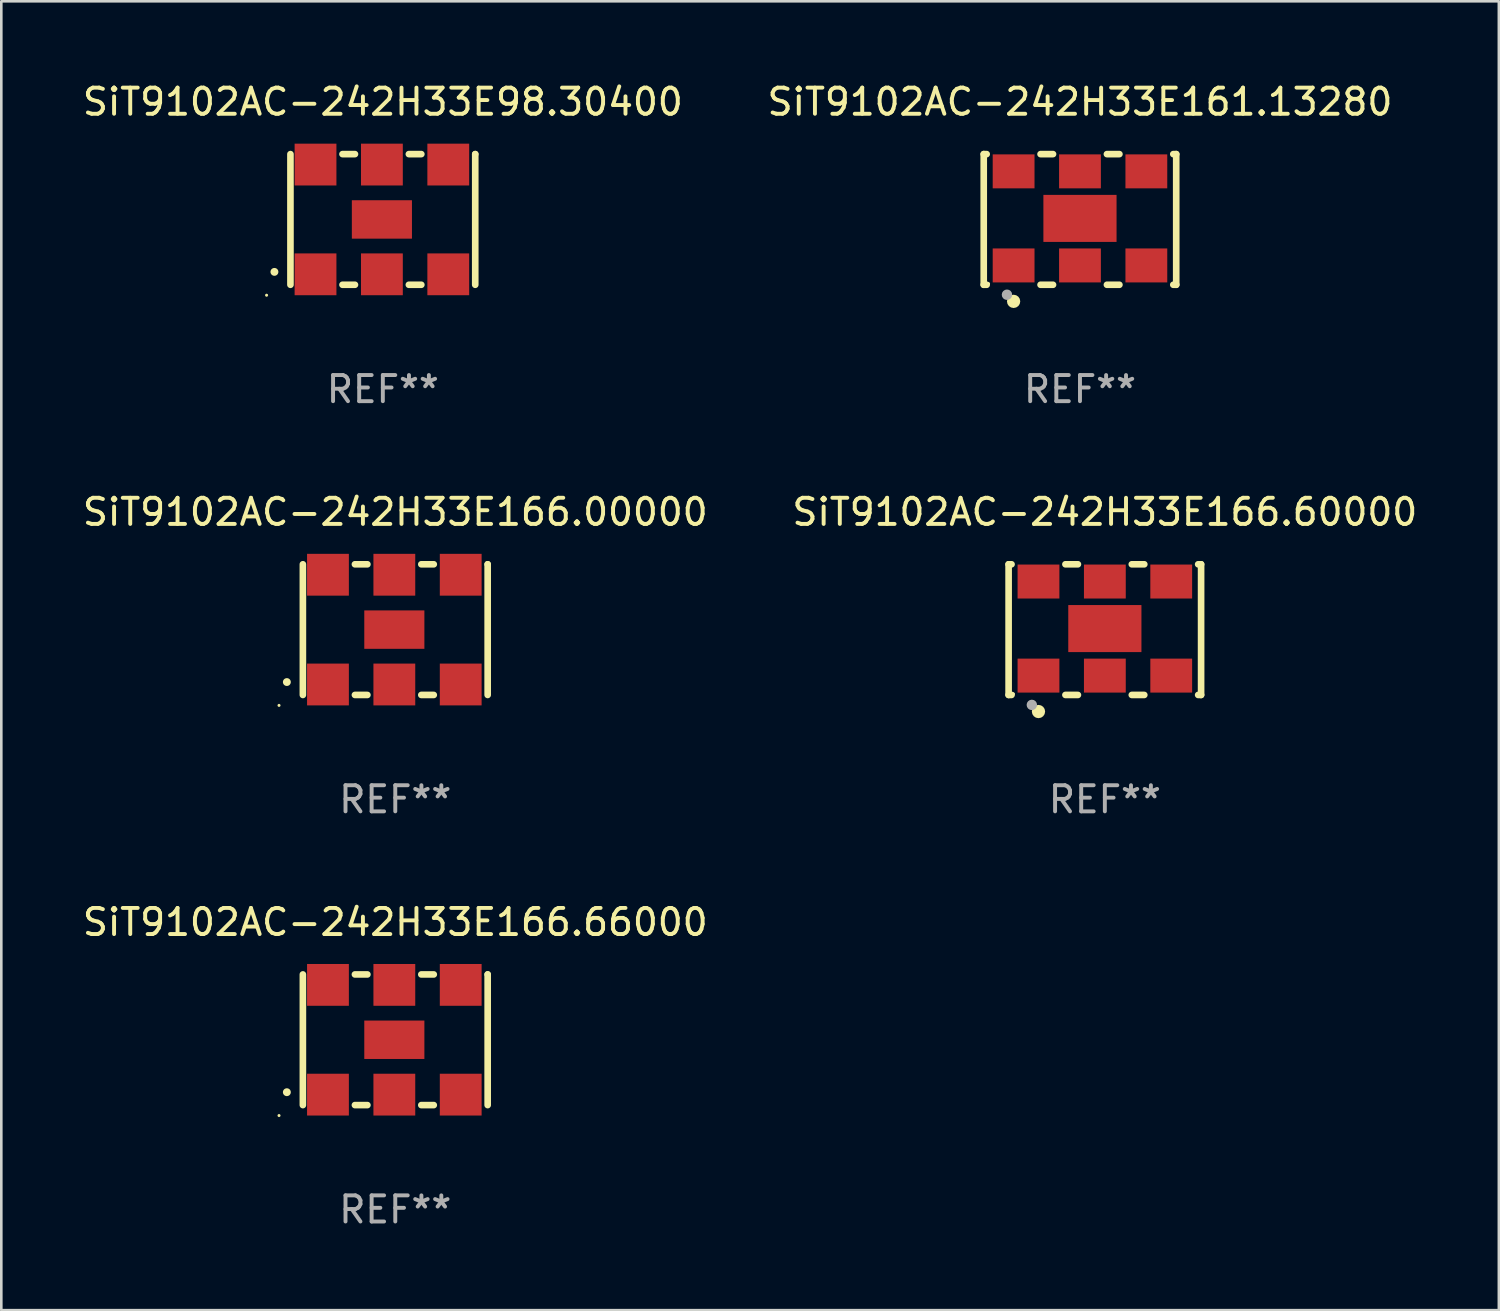
<source format=kicad_pcb>
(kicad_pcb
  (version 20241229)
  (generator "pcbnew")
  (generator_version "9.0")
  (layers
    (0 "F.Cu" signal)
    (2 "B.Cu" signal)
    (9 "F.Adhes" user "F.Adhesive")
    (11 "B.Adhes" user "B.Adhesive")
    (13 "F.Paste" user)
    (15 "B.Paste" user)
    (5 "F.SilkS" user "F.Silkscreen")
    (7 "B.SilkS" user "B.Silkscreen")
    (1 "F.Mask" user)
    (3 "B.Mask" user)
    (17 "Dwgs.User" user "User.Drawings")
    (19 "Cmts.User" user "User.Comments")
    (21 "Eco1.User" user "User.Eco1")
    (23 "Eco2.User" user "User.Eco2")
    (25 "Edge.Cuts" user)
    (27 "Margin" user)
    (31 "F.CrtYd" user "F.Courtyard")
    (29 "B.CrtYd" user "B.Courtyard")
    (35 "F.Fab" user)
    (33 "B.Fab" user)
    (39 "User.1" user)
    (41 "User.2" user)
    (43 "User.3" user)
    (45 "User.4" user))
  (footprint "SiT9102AC-242H33E98.30400"
    (layer "F.Cu")
    (at 11.601 5.348)
    (property "Reference" "SiT9102AC-242H33E98.30400" (at 0 -4.5 0) (layer "F.SilkS") (effects (font (size 1 1) (thickness 0.15))))
    (attr through_hole)
    (fp_line (start -3.536 -2.5) (end -3.536 2.5) (stroke (width 0.254) (type solid)) (layer "F.SilkS"))
    (fp_line (start -1.544 2.5) (end -1.067 2.5) (stroke (width 0.254) (type solid)) (layer "F.SilkS"))
    (fp_line (start -1.067 -2.5) (end -1.544 -2.5) (stroke (width 0.254) (type solid)) (layer "F.SilkS"))
    (fp_line (start 0.996 2.5) (end 1.473 2.5) (stroke (width 0.254) (type solid)) (layer "F.SilkS"))
    (fp_line (start 1.473 -2.5) (end 0.996 -2.5) (stroke (width 0.254) (type solid)) (layer "F.SilkS"))
    (fp_line (start 3.536 -2.5) (end 3.536 -2.5) (stroke (width 0.254) (type solid)) (layer "F.SilkS"))
    (fp_line (start 3.536 2.5) (end 3.536 -2.5) (stroke (width 0.254) (type solid)) (layer "F.SilkS"))
    (fp_arc (start -4.150432 2.006604) (mid -4.149162 2.006599) (end -4.147892 2.006604) (stroke (width 0.3) (type solid)) (layer "F.SilkS"))
    (fp_circle (center -4.449 2.9) (end -4.419 2.9) (stroke (width 0.06) (type solid)) (fill no) (layer "F.SilkS"))
    (fp_text user "REF**" (at 0 6.5 0) (layer "F.Fab") (effects (font (size 1 1) (thickness 0.15))))
    (pad "1" smd rect (at -2.576 2.1) (size 1.6 1.6) (layers "F.Cu" "F.Mask" "F.Paste"))
    (pad "2" smd rect (at -0.036 2.1) (size 1.6 1.6) (layers "F.Cu" "F.Mask" "F.Paste"))
    (pad "3" smd rect (at 2.504 2.1) (size 1.6 1.6) (layers "F.Cu" "F.Mask" "F.Paste"))
    (pad "4" smd rect (at 2.504 -2.1) (size 1.6 1.6) (layers "F.Cu" "F.Mask" "F.Paste"))
    (pad "5" smd rect (at -0.036 -2.1) (size 1.6 1.6) (layers "F.Cu" "F.Mask" "F.Paste"))
    (pad "6" smd rect (at -2.576 -2.1) (size 1.6 1.6) (layers "F.Cu" "F.Mask" "F.Paste"))
    (pad "7" smd rect (at -0.036 0) (size 2.3 1.47) (layers "F.Cu" "F.Mask" "F.Paste")))
  (footprint "SiT9102AC-242H33E161.13280"
    (layer "F.Cu")
    (at 38.28 5.348)
    (property "Reference" "SiT9102AC-242H33E161.13280" (at 0 -4.5 0) (layer "F.SilkS") (effects (font (size 1 1) (thickness 0.15))))
    (attr through_hole)
    (fp_line (start -3.683 -2.5) (end -3.571 -2.5) (stroke (width 0.254) (type solid)) (layer "F.SilkS"))
    (fp_line (start -3.683 2.5) (end -3.683 -2.5) (stroke (width 0.254) (type solid)) (layer "F.SilkS"))
    (fp_line (start -3.683 2.5) (end -3.571 2.5) (stroke (width 0.254) (type solid)) (layer "F.SilkS"))
    (fp_line (start -1.509 -2.5) (end -1.031 -2.5) (stroke (width 0.254) (type solid)) (layer "F.SilkS"))
    (fp_line (start -1.509 2.5) (end -1.031 2.5) (stroke (width 0.254) (type solid)) (layer "F.SilkS"))
    (fp_line (start 1.031 -2.5) (end 1.509 -2.5) (stroke (width 0.254) (type solid)) (layer "F.SilkS"))
    (fp_line (start 1.031 2.5) (end 1.509 2.5) (stroke (width 0.254) (type solid)) (layer "F.SilkS"))
    (fp_line (start 3.571 -2.5) (end 3.683 -2.5) (stroke (width 0.254) (type solid)) (layer "F.SilkS"))
    (fp_line (start 3.571 2.5) (end 3.683 2.5) (stroke (width 0.254) (type solid)) (layer "F.SilkS"))
    (fp_line (start 3.683 2.5) (end 3.683 -2.5) (stroke (width 0.254) (type solid)) (layer "F.SilkS"))
    (fp_circle (center -3.5 2.46) (end -3.47 2.46) (stroke (width 0.06) (type solid)) (fill no) (layer "F.SilkS"))
    (fp_circle (center -2.54 3.135) (end -2.413 3.135) (stroke (width 0.254) (type solid)) (fill no) (layer "F.SilkS"))
    (fp_circle (center -2.794 2.881) (end -2.694 2.881) (stroke (width 0.2) (type solid)) (fill no) (layer "F.Fab"))
    (fp_text user "REF**" (at 0 6.5 0) (layer "F.Fab") (effects (font (size 1 1) (thickness 0.15))))
    (pad "1" smd rect (at -2.54 1.76) (size 1.6 1.3) (layers "F.Cu" "F.Mask" "F.Paste"))
    (pad "2" smd rect (at 0 1.76) (size 1.6 1.3) (layers "F.Cu" "F.Mask" "F.Paste"))
    (pad "3" smd rect (at 2.54 1.76) (size 1.6 1.3) (layers "F.Cu" "F.Mask" "F.Paste"))
    (pad "4" smd rect (at 2.54 -1.84) (size 1.6 1.3) (layers "F.Cu" "F.Mask" "F.Paste"))
    (pad "5" smd rect (at 0 -1.84) (size 1.6 1.3) (layers "F.Cu" "F.Mask" "F.Paste"))
    (pad "6" smd rect (at -2.54 -1.84) (size 1.6 1.3) (layers "F.Cu" "F.Mask" "F.Paste"))
    (pad "7" smd rect (at 0 -0.04) (size 2.8 1.8) (layers "F.Cu" "F.Mask" "F.Paste")))
  (footprint "SiT9102AC-242H33E166.66000"
    (layer "F.Cu")
    (at 12.077 36.741)
    (property "Reference" "SiT9102AC-242H33E166.66000" (at 0 -4.5 0) (layer "F.SilkS") (effects (font (size 1 1) (thickness 0.15))))
    (attr through_hole)
    (fp_line (start -3.536 -2.5) (end -3.536 2.5) (stroke (width 0.254) (type solid)) (layer "F.SilkS"))
    (fp_line (start -1.544 2.5) (end -1.067 2.5) (stroke (width 0.254) (type solid)) (layer "F.SilkS"))
    (fp_line (start -1.067 -2.5) (end -1.544 -2.5) (stroke (width 0.254) (type solid)) (layer "F.SilkS"))
    (fp_line (start 0.996 2.5) (end 1.473 2.5) (stroke (width 0.254) (type solid)) (layer "F.SilkS"))
    (fp_line (start 1.473 -2.5) (end 0.996 -2.5) (stroke (width 0.254) (type solid)) (layer "F.SilkS"))
    (fp_line (start 3.536 -2.5) (end 3.536 -2.5) (stroke (width 0.254) (type solid)) (layer "F.SilkS"))
    (fp_line (start 3.536 2.5) (end 3.536 -2.5) (stroke (width 0.254) (type solid)) (layer "F.SilkS"))
    (fp_arc (start -4.150432 2.006604) (mid -4.149162 2.006599) (end -4.147892 2.006604) (stroke (width 0.3) (type solid)) (layer "F.SilkS"))
    (fp_circle (center -4.449 2.9) (end -4.419 2.9) (stroke (width 0.06) (type solid)) (fill no) (layer "F.SilkS"))
    (fp_text user "REF**" (at 0 6.5 0) (layer "F.Fab") (effects (font (size 1 1) (thickness 0.15))))
    (pad "1" smd rect (at -2.576 2.1) (size 1.6 1.6) (layers "F.Cu" "F.Mask" "F.Paste"))
    (pad "2" smd rect (at -0.036 2.1) (size 1.6 1.6) (layers "F.Cu" "F.Mask" "F.Paste"))
    (pad "3" smd rect (at 2.504 2.1) (size 1.6 1.6) (layers "F.Cu" "F.Mask" "F.Paste"))
    (pad "4" smd rect (at 2.504 -2.1) (size 1.6 1.6) (layers "F.Cu" "F.Mask" "F.Paste"))
    (pad "5" smd rect (at -0.036 -2.1) (size 1.6 1.6) (layers "F.Cu" "F.Mask" "F.Paste"))
    (pad "6" smd rect (at -2.576 -2.1) (size 1.6 1.6) (layers "F.Cu" "F.Mask" "F.Paste"))
    (pad "7" smd rect (at -0.036 0) (size 2.3 1.47) (layers "F.Cu" "F.Mask" "F.Paste")))
  (footprint "SiT9102AC-242H33E166.60000"
    (layer "F.Cu")
    (at 39.232 21.045)
    (property "Reference" "SiT9102AC-242H33E166.60000" (at 0 -4.5 0) (layer "F.SilkS") (effects (font (size 1 1) (thickness 0.15))))
    (attr through_hole)
    (fp_line (start -3.683 -2.5) (end -3.571 -2.5) (stroke (width 0.254) (type solid)) (layer "F.SilkS"))
    (fp_line (start -3.683 2.5) (end -3.683 -2.5) (stroke (width 0.254) (type solid)) (layer "F.SilkS"))
    (fp_line (start -3.683 2.5) (end -3.571 2.5) (stroke (width 0.254) (type solid)) (layer "F.SilkS"))
    (fp_line (start -1.509 -2.5) (end -1.031 -2.5) (stroke (width 0.254) (type solid)) (layer "F.SilkS"))
    (fp_line (start -1.509 2.5) (end -1.031 2.5) (stroke (width 0.254) (type solid)) (layer "F.SilkS"))
    (fp_line (start 1.031 -2.5) (end 1.509 -2.5) (stroke (width 0.254) (type solid)) (layer "F.SilkS"))
    (fp_line (start 1.031 2.5) (end 1.509 2.5) (stroke (width 0.254) (type solid)) (layer "F.SilkS"))
    (fp_line (start 3.571 -2.5) (end 3.683 -2.5) (stroke (width 0.254) (type solid)) (layer "F.SilkS"))
    (fp_line (start 3.571 2.5) (end 3.683 2.5) (stroke (width 0.254) (type solid)) (layer "F.SilkS"))
    (fp_line (start 3.683 2.5) (end 3.683 -2.5) (stroke (width 0.254) (type solid)) (layer "F.SilkS"))
    (fp_circle (center -3.5 2.46) (end -3.47 2.46) (stroke (width 0.06) (type solid)) (fill no) (layer "F.SilkS"))
    (fp_circle (center -2.54 3.135) (end -2.413 3.135) (stroke (width 0.254) (type solid)) (fill no) (layer "F.SilkS"))
    (fp_circle (center -2.794 2.881) (end -2.694 2.881) (stroke (width 0.2) (type solid)) (fill no) (layer "F.Fab"))
    (fp_text user "REF**" (at 0 6.5 0) (layer "F.Fab") (effects (font (size 1 1) (thickness 0.15))))
    (pad "1" smd rect (at -2.54 1.76) (size 1.6 1.3) (layers "F.Cu" "F.Mask" "F.Paste"))
    (pad "2" smd rect (at 0 1.76) (size 1.6 1.3) (layers "F.Cu" "F.Mask" "F.Paste"))
    (pad "3" smd rect (at 2.54 1.76) (size 1.6 1.3) (layers "F.Cu" "F.Mask" "F.Paste"))
    (pad "4" smd rect (at 2.54 -1.84) (size 1.6 1.3) (layers "F.Cu" "F.Mask" "F.Paste"))
    (pad "5" smd rect (at 0 -1.84) (size 1.6 1.3) (layers "F.Cu" "F.Mask" "F.Paste"))
    (pad "6" smd rect (at -2.54 -1.84) (size 1.6 1.3) (layers "F.Cu" "F.Mask" "F.Paste"))
    (pad "7" smd rect (at 0 -0.04) (size 2.8 1.8) (layers "F.Cu" "F.Mask" "F.Paste")))
  (footprint "SiT9102AC-242H33E166.00000"
    (layer "F.Cu")
    (at 12.077 21.045)
    (property "Reference" "SiT9102AC-242H33E166.00000" (at 0 -4.5 0) (layer "F.SilkS") (effects (font (size 1 1) (thickness 0.15))))
    (attr through_hole)
    (fp_line (start -3.536 -2.5) (end -3.536 2.5) (stroke (width 0.254) (type solid)) (layer "F.SilkS"))
    (fp_line (start -1.544 2.5) (end -1.067 2.5) (stroke (width 0.254) (type solid)) (layer "F.SilkS"))
    (fp_line (start -1.067 -2.5) (end -1.544 -2.5) (stroke (width 0.254) (type solid)) (layer "F.SilkS"))
    (fp_line (start 0.996 2.5) (end 1.473 2.5) (stroke (width 0.254) (type solid)) (layer "F.SilkS"))
    (fp_line (start 1.473 -2.5) (end 0.996 -2.5) (stroke (width 0.254) (type solid)) (layer "F.SilkS"))
    (fp_line (start 3.536 -2.5) (end 3.536 -2.5) (stroke (width 0.254) (type solid)) (layer "F.SilkS"))
    (fp_line (start 3.536 2.5) (end 3.536 -2.5) (stroke (width 0.254) (type solid)) (layer "F.SilkS"))
    (fp_arc (start -4.150432 2.006604) (mid -4.149162 2.006599) (end -4.147892 2.006604) (stroke (width 0.3) (type solid)) (layer "F.SilkS"))
    (fp_circle (center -4.449 2.9) (end -4.419 2.9) (stroke (width 0.06) (type solid)) (fill no) (layer "F.SilkS"))
    (fp_text user "REF**" (at 0 6.5 0) (layer "F.Fab") (effects (font (size 1 1) (thickness 0.15))))
    (pad "1" smd rect (at -2.576 2.1) (size 1.6 1.6) (layers "F.Cu" "F.Mask" "F.Paste"))
    (pad "2" smd rect (at -0.036 2.1) (size 1.6 1.6) (layers "F.Cu" "F.Mask" "F.Paste"))
    (pad "3" smd rect (at 2.504 2.1) (size 1.6 1.6) (layers "F.Cu" "F.Mask" "F.Paste"))
    (pad "4" smd rect (at 2.504 -2.1) (size 1.6 1.6) (layers "F.Cu" "F.Mask" "F.Paste"))
    (pad "5" smd rect (at -0.036 -2.1) (size 1.6 1.6) (layers "F.Cu" "F.Mask" "F.Paste"))
    (pad "6" smd rect (at -2.576 -2.1) (size 1.6 1.6) (layers "F.Cu" "F.Mask" "F.Paste"))
    (pad "7" smd rect (at -0.036 0) (size 2.3 1.47) (layers "F.Cu" "F.Mask" "F.Paste")))
  (gr_rect
    (start -3 -3)
    (end 54.31 47.09)
    (stroke (width 0.1) (type default))
    (fill no)
    (layer "Edge.Cuts")))
</source>
